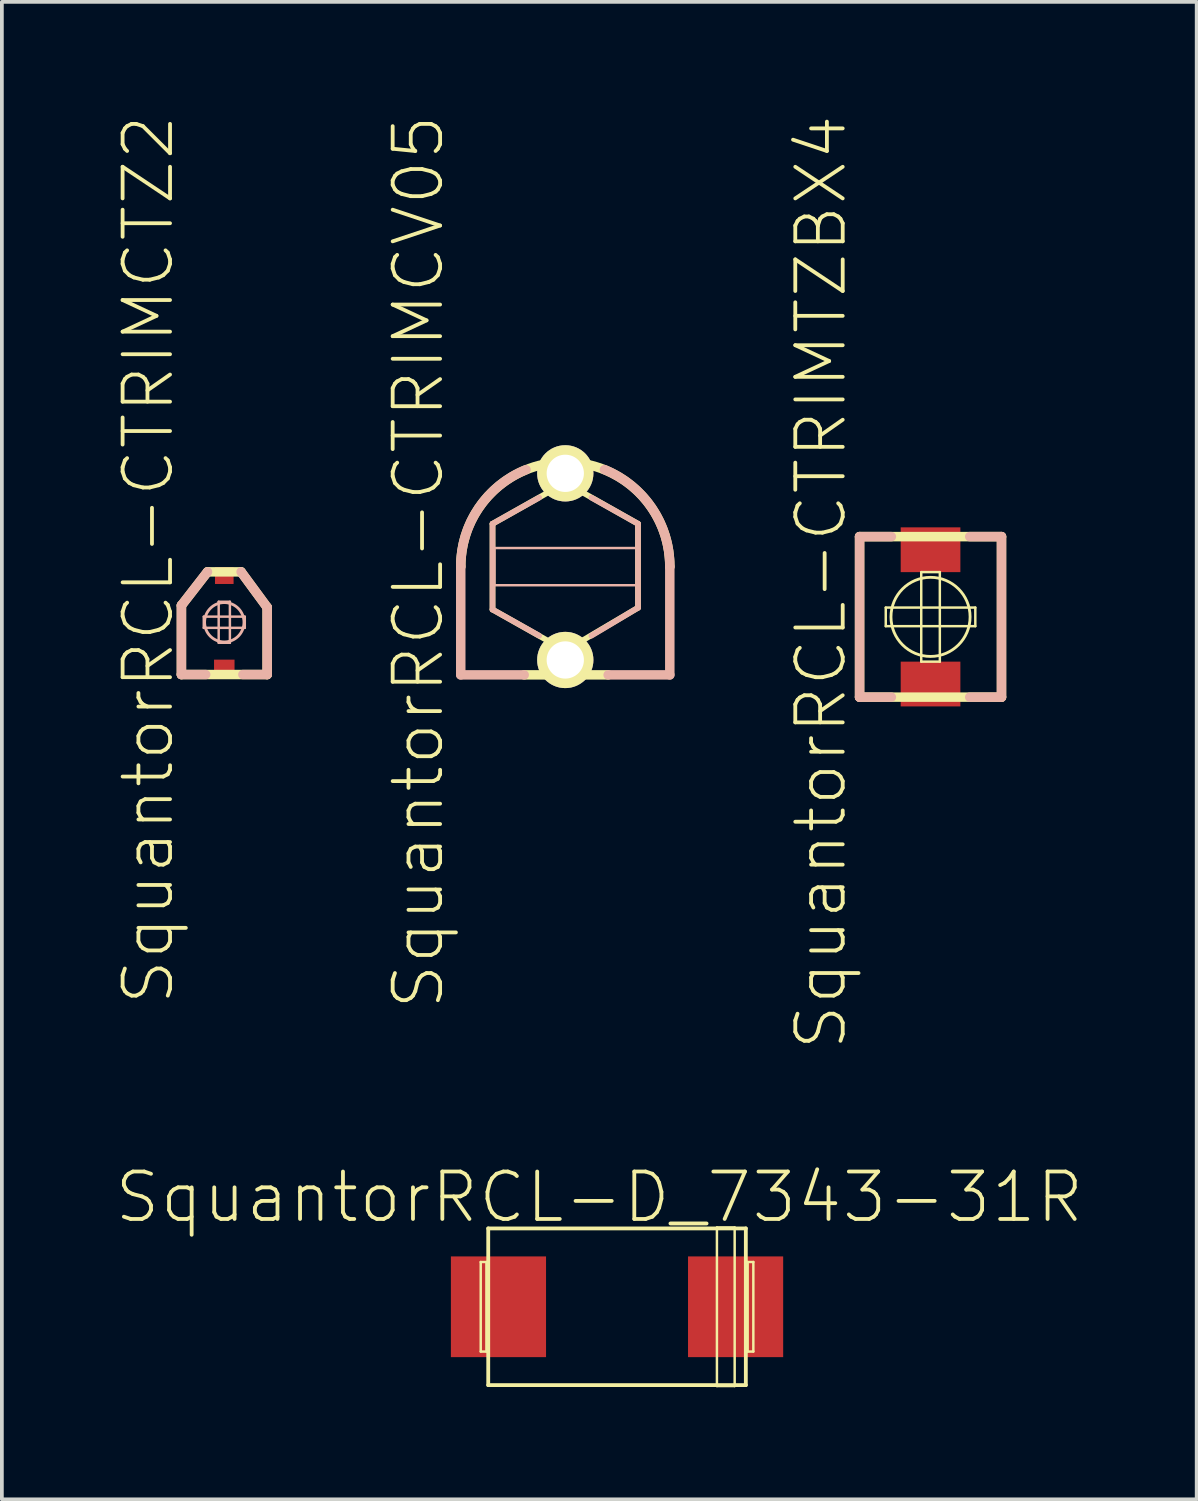
<source format=kicad_pcb>
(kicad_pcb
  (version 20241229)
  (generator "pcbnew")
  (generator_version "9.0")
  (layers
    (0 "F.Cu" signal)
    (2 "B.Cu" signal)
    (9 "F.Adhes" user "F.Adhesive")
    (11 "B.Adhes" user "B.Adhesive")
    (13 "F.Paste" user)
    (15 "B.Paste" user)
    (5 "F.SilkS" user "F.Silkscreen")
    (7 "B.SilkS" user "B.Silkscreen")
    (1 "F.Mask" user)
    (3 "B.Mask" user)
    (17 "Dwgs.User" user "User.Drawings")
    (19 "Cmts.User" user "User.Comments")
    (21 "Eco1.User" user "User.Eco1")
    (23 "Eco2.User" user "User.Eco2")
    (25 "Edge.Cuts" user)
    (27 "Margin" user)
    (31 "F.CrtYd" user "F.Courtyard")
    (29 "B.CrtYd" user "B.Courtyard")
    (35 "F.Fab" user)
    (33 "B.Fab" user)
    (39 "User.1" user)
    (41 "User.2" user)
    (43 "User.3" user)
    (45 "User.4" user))
  (footprint "SquantorRCL-D_7343-31R"
    (layer "F.Cu")
    (at 13.473 31.943)
    (property "Reference" "SquantorRCL-D_7343-31R" (at -0.475 -2.934 0) (layer "F.SilkS") (effects (font (size 1.27 1.27) (thickness 0.102))))
    (attr smd)
    (fp_line (start -3.65 -1.199) (end -3.498 -1.199) (stroke (width 0.066) (type solid)) (layer "F.SilkS"))
    (fp_line (start -3.65 1.199) (end -3.65 -1.199) (stroke (width 0.066) (type solid)) (layer "F.SilkS"))
    (fp_line (start -3.65 1.199) (end -3.498 1.199) (stroke (width 0.066) (type solid)) (layer "F.SilkS"))
    (fp_line (start -3.498 1.199) (end -3.498 -1.199) (stroke (width 0.066) (type solid)) (layer "F.SilkS"))
    (fp_line (start -3.449 -2.098) (end 3.449 -2.098) (stroke (width 0.102) (type solid)) (layer "F.SilkS"))
    (fp_line (start -3.449 2.098) (end -3.449 -2.098) (stroke (width 0.102) (type solid)) (layer "F.SilkS"))
    (fp_line (start 2.675 -2.123) (end 3.15 -2.123) (stroke (width 0.066) (type solid)) (layer "F.SilkS"))
    (fp_line (start 2.675 2.123) (end 2.675 -2.123) (stroke (width 0.066) (type solid)) (layer "F.SilkS"))
    (fp_line (start 2.675 2.123) (end 3.15 2.123) (stroke (width 0.066) (type solid)) (layer "F.SilkS"))
    (fp_line (start 3.15 2.123) (end 3.15 -2.123) (stroke (width 0.066) (type solid)) (layer "F.SilkS"))
    (fp_line (start 3.449 -2.098) (end 3.449 2.098) (stroke (width 0.102) (type solid)) (layer "F.SilkS"))
    (fp_line (start 3.449 2.098) (end -3.449 2.098) (stroke (width 0.102) (type solid)) (layer "F.SilkS"))
    (fp_line (start 3.498 -1.199) (end 3.65 -1.199) (stroke (width 0.066) (type solid)) (layer "F.SilkS"))
    (fp_line (start 3.498 1.199) (end 3.498 -1.199) (stroke (width 0.066) (type solid)) (layer "F.SilkS"))
    (fp_line (start 3.498 1.199) (end 3.65 1.199) (stroke (width 0.066) (type solid)) (layer "F.SilkS"))
    (fp_line (start 3.65 1.199) (end 3.65 -1.199) (stroke (width 0.066) (type solid)) (layer "F.SilkS"))
    (pad "+" smd rect (at 3.175 0) (size 2.548 2.697) (layers "F.Cu" "F.Mask" "F.Paste"))
    (pad "-" smd rect (at -3.175 0) (size 2.548 2.697) (layers "F.Cu" "F.Mask" "F.Paste")))
  (footprint "SquantorRCL-CTRIMTZBX4"
    (layer "F.Cu")
    (at 21.868 13.469)
    (property "Reference" "SquantorRCL-CTRIMTZBX4" (at -2.934 -0.925 90) (layer "F.SilkS") (effects (font (size 1.27 1.27) (thickness 0.102))))
    (attr smd)
    (fp_line (start -1.9 -2.149) (end -1.9 2.149) (stroke (width 0.254) (type solid)) (layer "F.SilkS"))
    (fp_line (start -1.9 2.149) (end 1.9 2.149) (stroke (width 0.254) (type solid)) (layer "F.SilkS"))
    (fp_line (start -1.199 -0.249) (end 1.199 -0.249) (stroke (width 0.066) (type solid)) (layer "F.SilkS"))
    (fp_line (start -1.199 0.249) (end -1.199 -0.249) (stroke (width 0.066) (type solid)) (layer "F.SilkS"))
    (fp_line (start -1.199 0.249) (end 1.199 0.249) (stroke (width 0.066) (type solid)) (layer "F.SilkS"))
    (fp_line (start -0.249 -1.199) (end 0.249 -1.199) (stroke (width 0.066) (type solid)) (layer "F.SilkS"))
    (fp_line (start -0.249 1.199) (end -0.249 -1.199) (stroke (width 0.066) (type solid)) (layer "F.SilkS"))
    (fp_line (start -0.249 1.199) (end 0.249 1.199) (stroke (width 0.066) (type solid)) (layer "F.SilkS"))
    (fp_line (start 0.249 1.199) (end 0.249 -1.199) (stroke (width 0.066) (type solid)) (layer "F.SilkS"))
    (fp_line (start 1.199 0.249) (end 1.199 -0.249) (stroke (width 0.066) (type solid)) (layer "F.SilkS"))
    (fp_line (start 1.9 -2.149) (end -1.9 -2.149) (stroke (width 0.254) (type solid)) (layer "F.SilkS"))
    (fp_line (start 1.9 2.149) (end 1.9 -2.149) (stroke (width 0.254) (type solid)) (layer "F.SilkS"))
    (fp_circle (center 0 0) (end -0.749 0.749) (stroke (width 0.076) (type solid)) (fill no) (layer "F.SilkS"))
    (fp_line (start -1.9 -2.149) (end -1.049 -2.149) (stroke (width 0.254) (type solid)) (layer "B.SilkS"))
    (fp_line (start -1.9 2.149) (end -1.9 -2.149) (stroke (width 0.254) (type solid)) (layer "B.SilkS"))
    (fp_line (start -1.049 2.149) (end -1.9 2.149) (stroke (width 0.254) (type solid)) (layer "B.SilkS"))
    (fp_line (start 1.049 2.149) (end 1.9 2.149) (stroke (width 0.254) (type solid)) (layer "B.SilkS"))
    (fp_line (start 1.9 -2.149) (end 1.049 -2.149) (stroke (width 0.254) (type solid)) (layer "B.SilkS"))
    (fp_line (start 1.9 2.149) (end 1.9 -2.149) (stroke (width 0.254) (type solid)) (layer "B.SilkS"))
    (pad "1" smd rect (at 0 -1.798) (size 1.598 1.199) (layers "F.Cu" "F.Mask" "F.Paste"))
    (pad "2" smd rect (at 0 1.798) (size 1.598 1.199) (layers "F.Cu" "F.Mask" "F.Paste")))
  (footprint "SquantorRCL-CTRIMCTZ2"
    (layer "F.Cu")
    (at 2.956 13.613)
    (property "Reference" "SquantorRCL-CTRIMCTZ2" (at -2.035 -1.674 90) (layer "F.SilkS") (effects (font (size 1.27 1.27) (thickness 0.102))))
    (attr smd)
    (fp_line (start -1.148 -0.45) (end -0.45 -1.349) (stroke (width 0.254) (type solid)) (layer "F.SilkS"))
    (fp_line (start -1.148 1.4) (end -1.148 -0.45) (stroke (width 0.254) (type solid)) (layer "F.SilkS"))
    (fp_line (start -0.45 -1.349) (end 0.45 -1.349) (stroke (width 0.254) (type solid)) (layer "F.SilkS"))
    (fp_line (start 0.45 -1.349) (end 1.148 -0.399) (stroke (width 0.254) (type solid)) (layer "F.SilkS"))
    (fp_line (start 1.148 -0.399) (end 1.148 1.4) (stroke (width 0.254) (type solid)) (layer "F.SilkS"))
    (fp_line (start 1.148 1.4) (end -1.148 1.4) (stroke (width 0.254) (type solid)) (layer "F.SilkS"))
    (fp_line (start -1.148 -0.45) (end -0.45 -1.349) (stroke (width 0.254) (type solid)) (layer "B.SilkS"))
    (fp_line (start -1.148 1.4) (end -1.148 -0.45) (stroke (width 0.254) (type solid)) (layer "B.SilkS"))
    (fp_line (start -0.549 -0.15) (end 0.549 -0.15) (stroke (width 0.066) (type solid)) (layer "B.SilkS"))
    (fp_line (start -0.549 0.15) (end -0.549 -0.15) (stroke (width 0.066) (type solid)) (layer "B.SilkS"))
    (fp_line (start -0.549 0.15) (end 0.549 0.15) (stroke (width 0.066) (type solid)) (layer "B.SilkS"))
    (fp_line (start -0.498 1.4) (end -1.148 1.4) (stroke (width 0.254) (type solid)) (layer "B.SilkS"))
    (fp_line (start -0.15 -0.549) (end 0.15 -0.549) (stroke (width 0.066) (type solid)) (layer "B.SilkS"))
    (fp_line (start -0.15 0.549) (end -0.15 -0.549) (stroke (width 0.066) (type solid)) (layer "B.SilkS"))
    (fp_line (start -0.15 0.549) (end 0.15 0.549) (stroke (width 0.066) (type solid)) (layer "B.SilkS"))
    (fp_line (start 0.15 0.549) (end 0.15 -0.549) (stroke (width 0.066) (type solid)) (layer "B.SilkS"))
    (fp_line (start 0.498 1.4) (end 1.148 1.4) (stroke (width 0.254) (type solid)) (layer "B.SilkS"))
    (fp_line (start 0.549 0.15) (end 0.549 -0.15) (stroke (width 0.066) (type solid)) (layer "B.SilkS"))
    (fp_line (start 1.148 -0.399) (end 0.45 -1.349) (stroke (width 0.254) (type solid)) (layer "B.SilkS"))
    (fp_line (start 1.148 1.4) (end 1.148 -0.399) (stroke (width 0.254) (type solid)) (layer "B.SilkS"))
    (fp_circle (center 0 0) (end -0.373 0.373) (stroke (width 0.076) (type solid)) (fill no) (layer "B.SilkS"))
    (pad "1" smd rect (at 0 -1.25) (size 0.498 0.45) (layers "F.Cu" "F.Mask" "F.Paste"))
    (pad "2" smd rect (at 0 1.25) (size 0.549 0.498) (layers "F.Cu" "F.Mask" "F.Paste")))
  (footprint "SquantorRCL-CTRIMCV05"
    (layer "F.Cu")
    (at 12.087 12.124)
    (property "Reference" "SquantorRCL-CTRIMCV05" (at -3.934 -0.124 90) (layer "F.SilkS") (effects (font (size 1.27 1.27) (thickness 0.102))))
    (attr exclude_from_pos_files exclude_from_bom)
    (fp_line (start -1.948 -1.148) (end 0 -2.248) (stroke (width 0.152) (type solid)) (layer "F.SilkS"))
    (fp_line (start -1.948 1.148) (end -1.948 -1.148) (stroke (width 0.152) (type solid)) (layer "F.SilkS"))
    (fp_line (start -1.1 2.898) (end 1.148 2.898) (stroke (width 0.254) (type solid)) (layer "F.SilkS"))
    (fp_line (start 0 -2.248) (end 1.948 -1.148) (stroke (width 0.152) (type solid)) (layer "F.SilkS"))
    (fp_line (start 0 2.248) (end -1.948 1.148) (stroke (width 0.152) (type solid)) (layer "F.SilkS"))
    (fp_line (start 1.948 -1.148) (end 1.948 1.1) (stroke (width 0.152) (type solid)) (layer "F.SilkS"))
    (fp_line (start 1.948 1.1) (end 0 2.248) (stroke (width 0.152) (type solid)) (layer "F.SilkS"))
    (fp_arc (start -2.79908 0) (mid 0 -2.79908) (end 2.79908 0) (stroke (width 0.254) (type solid)) (layer "F.SilkS"))
    (fp_line (start -2.799 0) (end -2.799 2.898) (stroke (width 0.254) (type solid)) (layer "B.SilkS"))
    (fp_line (start -2.799 2.898) (end -1.1 2.898) (stroke (width 0.254) (type solid)) (layer "B.SilkS"))
    (fp_line (start -1.948 -1.148) (end -0.699 -1.849) (stroke (width 0.152) (type solid)) (layer "B.SilkS"))
    (fp_line (start -1.948 1.148) (end -1.948 -1.148) (stroke (width 0.152) (type solid)) (layer "B.SilkS"))
    (fp_line (start -1.948 1.148) (end -0.699 1.849) (stroke (width 0.152) (type solid)) (layer "B.SilkS"))
    (fp_line (start -1.9 -0.498) (end 1.948 -0.498) (stroke (width 0.066) (type solid)) (layer "B.SilkS"))
    (fp_line (start -1.9 0.498) (end -1.9 -0.498) (stroke (width 0.066) (type solid)) (layer "B.SilkS"))
    (fp_line (start -1.9 0.498) (end 1.948 0.498) (stroke (width 0.066) (type solid)) (layer "B.SilkS"))
    (fp_line (start 0.699 -1.849) (end 1.948 -1.148) (stroke (width 0.152) (type solid)) (layer "B.SilkS"))
    (fp_line (start 0.699 1.849) (end 1.948 1.1) (stroke (width 0.152) (type solid)) (layer "B.SilkS"))
    (fp_line (start 1.148 2.898) (end 2.799 2.898) (stroke (width 0.254) (type solid)) (layer "B.SilkS"))
    (fp_line (start 1.948 -1.148) (end 1.948 1.1) (stroke (width 0.152) (type solid)) (layer "B.SilkS"))
    (fp_line (start 1.948 0.498) (end 1.948 -0.498) (stroke (width 0.066) (type solid)) (layer "B.SilkS"))
    (fp_line (start 2.799 2.898) (end 2.799 0) (stroke (width 0.254) (type solid)) (layer "B.SilkS"))
    (fp_arc (start -2.79908 0) (mid -2.321963 -1.56566) (end -1.050909 -2.59685) (stroke (width 0.254) (type solid)) (layer "B.SilkS"))
    (fp_arc (start 1.04902 -2.59842) (mid 2.321275 -1.568017) (end 2.799828 -0.002339) (stroke (width 0.254) (type solid)) (layer "B.SilkS"))
    (pad "1" thru_hole circle (at 0 -2.499) (size 1.506 1.506) (drill 0.998) (layers "*.Cu" "F.Mask" "F.SilkS" "F.Paste"))
    (pad "2" thru_hole circle (at 0 2.499) (size 1.506 1.506) (drill 0.998) (layers "*.Cu" "F.Mask" "F.SilkS" "F.Paste")))
  (gr_rect
    (start -3 -3)
    (end 28.995 37.099)
    (stroke (width 0.1) (type default))
    (fill no)
    (layer "Edge.Cuts")))
</source>
